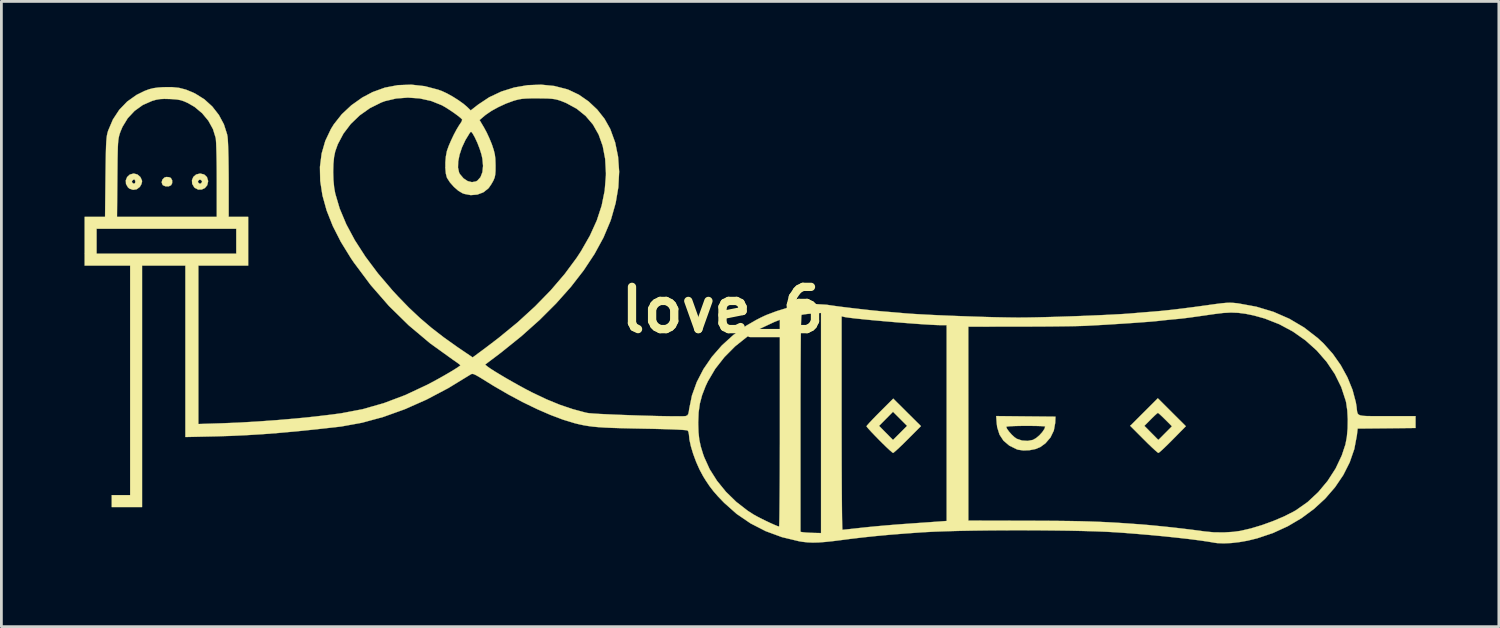
<source format=kicad_pcb>
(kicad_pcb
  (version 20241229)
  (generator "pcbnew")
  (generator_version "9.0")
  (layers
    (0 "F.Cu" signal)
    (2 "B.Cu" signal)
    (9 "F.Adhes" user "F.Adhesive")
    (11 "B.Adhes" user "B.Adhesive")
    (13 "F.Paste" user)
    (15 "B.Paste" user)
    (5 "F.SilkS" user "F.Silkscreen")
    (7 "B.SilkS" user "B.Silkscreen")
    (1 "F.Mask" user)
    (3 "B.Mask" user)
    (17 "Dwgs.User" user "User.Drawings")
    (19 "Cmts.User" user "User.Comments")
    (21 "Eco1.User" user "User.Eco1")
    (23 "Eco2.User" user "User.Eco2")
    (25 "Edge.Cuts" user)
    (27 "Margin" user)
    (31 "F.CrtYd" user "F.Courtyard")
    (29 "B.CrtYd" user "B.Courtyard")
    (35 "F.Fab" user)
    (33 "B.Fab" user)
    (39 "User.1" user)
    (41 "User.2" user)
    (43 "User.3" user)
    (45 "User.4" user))
  (footprint "love_6"
    (layer "F.Cu")
    (at 23.021 8.136)
    (property "Reference" "love_6" (at 0 0 0) (layer "F.SilkS") (effects (font (size 1.524 1.524) (thickness 0.3))))
    (attr through_hole)
    (fp_poly (pts (xy -19.972 -4.793) (xy -19.907 -4.765) (xy -19.859 -4.682) (xy -19.859 -4.577) (xy -19.898 -4.502) (xy -19.985 -4.461) (xy -20.096 -4.462) (xy -20.19 -4.501) (xy -20.205 -4.516) (xy -20.238 -4.607) (xy -20.212 -4.703) (xy -20.141 -4.777) (xy -20.073 -4.8) (xy -19.972 -4.793)) (stroke (width 0.01) (type solid)) (fill yes) (layer "F.SilkS"))
    (fp_poly (pts (xy -18.704 -4.89) (xy -18.604 -4.798) (xy -18.562 -4.659) (xy -18.562 -4.637) (xy -18.594 -4.501) (xy -18.677 -4.401) (xy -18.792 -4.347) (xy -18.92 -4.345) (xy -19.039 -4.405) (xy -19.063 -4.428) (xy -19.136 -4.553) (xy -19.141 -4.631) (xy -18.932 -4.631) (xy -18.909 -4.586) (xy -18.855 -4.553) (xy -18.81 -4.577) (xy -18.777 -4.63) (xy -18.801 -4.675) (xy -18.854 -4.708) (xy -18.899 -4.685) (xy -18.932 -4.631) (xy -19.141 -4.631) (xy -19.144 -4.685) (xy -19.094 -4.803) (xy -18.994 -4.889) (xy -18.854 -4.924) (xy -18.847 -4.924) (xy -18.704 -4.89)) (stroke (width 0.01) (type solid)) (fill yes) (layer "F.SilkS"))
    (fp_poly (pts (xy -21.11 -4.889) (xy -21.006 -4.799) (xy -20.949 -4.675) (xy -20.945 -4.631) (xy -20.969 -4.539) (xy -21.026 -4.441) (xy -21.026 -4.441) (xy -21.136 -4.357) (xy -21.268 -4.336) (xy -21.397 -4.378) (xy -21.452 -4.423) (xy -21.524 -4.548) (xy -21.529 -4.635) (xy -21.315 -4.635) (xy -21.291 -4.585) (xy -21.237 -4.555) (xy -21.195 -4.584) (xy -21.188 -4.651) (xy -21.195 -4.671) (xy -21.226 -4.715) (xy -21.276 -4.69) (xy -21.278 -4.688) (xy -21.315 -4.635) (xy -21.529 -4.635) (xy -21.531 -4.679) (xy -21.483 -4.799) (xy -21.387 -4.887) (xy -21.252 -4.924) (xy -21.241 -4.924) (xy -21.11 -4.889)) (stroke (width 0.01) (type solid)) (fill yes) (layer "F.SilkS"))
    (fp_poly (pts (xy 6.661 3.694) (xy 7.161 4.19) (xy 6.678 4.674) (xy 6.519 4.831) (xy 6.377 4.967) (xy 6.262 5.073) (xy 6.185 5.139) (xy 6.155 5.158) (xy 6.116 5.131) (xy 6.032 5.058) (xy 5.913 4.947) (xy 5.77 4.808) (xy 5.656 4.694) (xy 5.504 4.538) (xy 5.373 4.401) (xy 5.272 4.291) (xy 5.211 4.219) (xy 5.197 4.196) (xy 5.207 4.181) (xy 5.649 4.181) (xy 5.901 4.436) (xy 6.153 4.69) (xy 6.408 4.436) (xy 6.662 4.181) (xy 6.153 3.672) (xy 5.901 3.927) (xy 5.649 4.181) (xy 5.207 4.181) (xy 5.224 4.158) (xy 5.297 4.075) (xy 5.408 3.957) (xy 5.548 3.812) (xy 5.68 3.679) (xy 6.162 3.198) (xy 6.661 3.694)) (stroke (width 0.01) (type solid)) (fill yes) (layer "F.SilkS"))
    (fp_poly (pts (xy 16.72 4.194) (xy 16.245 4.676) (xy 16.087 4.834) (xy 15.947 4.97) (xy 15.834 5.075) (xy 15.758 5.14) (xy 15.729 5.158) (xy 15.69 5.132) (xy 15.605 5.058) (xy 15.485 4.947) (xy 15.339 4.807) (xy 15.201 4.669) (xy 14.714 4.181) (xy 15.223 4.181) (xy 15.475 4.435) (xy 15.585 4.546) (xy 15.671 4.633) (xy 15.721 4.682) (xy 15.728 4.689) (xy 15.755 4.664) (xy 15.824 4.595) (xy 15.923 4.495) (xy 15.975 4.443) (xy 16.219 4.197) (xy 15.978 3.955) (xy 15.867 3.846) (xy 15.777 3.762) (xy 15.722 3.717) (xy 15.712 3.712) (xy 15.675 3.738) (xy 15.598 3.807) (xy 15.495 3.907) (xy 15.455 3.947) (xy 15.223 4.181) (xy 14.714 4.181) (xy 14.713 4.181) (xy 15.709 3.186) (xy 16.72 4.194)) (stroke (width 0.01) (type solid)) (fill yes) (layer "F.SilkS"))
    (fp_poly (pts (xy 10.946 3.839) (xy 12.016 3.849) (xy 12.006 4.076) (xy 11.956 4.35) (xy 11.836 4.599) (xy 11.653 4.811) (xy 11.468 4.946) (xy 11.292 5.018) (xy 11.078 5.06) (xy 10.859 5.069) (xy 10.667 5.042) (xy 10.624 5.029) (xy 10.349 4.893) (xy 10.14 4.716) (xy 9.996 4.496) (xy 9.913 4.23) (xy 9.911 4.214) (xy 10.238 4.214) (xy 10.266 4.285) (xy 10.336 4.384) (xy 10.431 4.492) (xy 10.533 4.587) (xy 10.618 4.647) (xy 10.806 4.71) (xy 11.014 4.724) (xy 11.203 4.687) (xy 11.317 4.622) (xy 11.437 4.521) (xy 11.543 4.403) (xy 11.619 4.289) (xy 11.645 4.203) (xy 11.608 4.196) (xy 11.505 4.19) (xy 11.349 4.185) (xy 11.151 4.182) (xy 10.942 4.181) (xy 10.717 4.183) (xy 10.522 4.188) (xy 10.369 4.195) (xy 10.27 4.205) (xy 10.238 4.214) (xy 9.911 4.214) (xy 9.896 4.093) (xy 9.876 3.828) (xy 10.946 3.839)) (stroke (width 0.01) (type solid)) (fill yes) (layer "F.SilkS"))
    (fp_poly (pts (xy -6.073 -8.084) (xy -5.618 -7.968) (xy -5.549 -7.943) (xy -5.181 -7.768) (xy -4.834 -7.527) (xy -4.521 -7.233) (xy -4.256 -6.898) (xy -4.052 -6.535) (xy -4.047 -6.524) (xy -3.873 -6.044) (xy -3.768 -5.531) (xy -3.729 -4.992) (xy -3.758 -4.433) (xy -3.855 -3.861) (xy -4.019 -3.282) (xy -4.05 -3.195) (xy -4.295 -2.614) (xy -4.615 -2.026) (xy -5.008 -1.432) (xy -5.471 -0.834) (xy -6.003 -0.237) (xy -6.6 0.359) (xy -7.261 0.949) (xy -7.984 1.531) (xy -8.181 1.681) (xy -8.566 1.97) (xy -8.479 2.041) (xy -8.382 2.11) (xy -8.23 2.208) (xy -8.035 2.326) (xy -7.812 2.459) (xy -7.572 2.596) (xy -7.331 2.731) (xy -7.101 2.856) (xy -6.895 2.964) (xy -6.854 2.984) (xy -6.344 3.226) (xy -5.871 3.42) (xy -5.413 3.575) (xy -4.953 3.699) (xy -4.885 3.714) (xy -4.802 3.725) (xy -4.653 3.737) (xy -4.449 3.75) (xy -4.198 3.762) (xy -3.912 3.775) (xy -3.6 3.787) (xy -3.273 3.799) (xy -2.942 3.81) (xy -2.615 3.819) (xy -2.304 3.827) (xy -2.018 3.832) (xy -1.768 3.836) (xy -1.564 3.836) (xy -1.416 3.834) (xy -1.335 3.829) (xy -1.329 3.827) (xy -1.272 3.805) (xy -1.237 3.757) (xy -1.214 3.663) (xy -1.203 3.578) (xy -1.102 3.085) (xy -0.928 2.601) (xy -0.687 2.134) (xy -0.383 1.691) (xy -0.022 1.278) (xy 0.392 0.902) (xy 0.853 0.57) (xy 1.213 0.362) (xy 1.364 0.284) (xy 1.504 0.217) (xy 1.606 0.172) (xy 1.622 0.166) (xy 1.727 0.127) (xy 1.865 0.075) (xy 1.945 0.045) (xy 2.399 -0.096) (xy 2.866 -0.184) (xy 3.326 -0.215) (xy 3.76 -0.189) (xy 3.812 -0.181) (xy 4.016 -0.151) (xy 4.278 -0.116) (xy 4.578 -0.079) (xy 4.895 -0.042) (xy 5.21 -0.006) (xy 5.503 0.025) (xy 5.753 0.049) (xy 5.862 0.058) (xy 6.031 0.072) (xy 6.244 0.09) (xy 6.468 0.109) (xy 6.584 0.12) (xy 6.799 0.136) (xy 7.079 0.153) (xy 7.412 0.171) (xy 7.786 0.189) (xy 8.189 0.206) (xy 8.607 0.222) (xy 9.03 0.237) (xy 9.444 0.25) (xy 9.837 0.261) (xy 10.196 0.268) (xy 10.51 0.273) (xy 10.688 0.274) (xy 10.963 0.272) (xy 11.293 0.266) (xy 11.665 0.257) (xy 12.066 0.246) (xy 12.485 0.232) (xy 12.908 0.217) (xy 13.323 0.2) (xy 13.718 0.183) (xy 14.081 0.165) (xy 14.398 0.148) (xy 14.658 0.131) (xy 14.791 0.12) (xy 15.009 0.101) (xy 15.239 0.082) (xy 15.445 0.066) (xy 15.533 0.059) (xy 15.831 0.033) (xy 16.192 -0.005) (xy 16.604 -0.054) (xy 17.053 -0.112) (xy 17.527 -0.177) (xy 17.56 -0.182) (xy 17.82 -0.218) (xy 18.019 -0.243) (xy 18.175 -0.257) (xy 18.305 -0.262) (xy 18.426 -0.257) (xy 18.555 -0.245) (xy 18.616 -0.237) (xy 19.267 -0.118) (xy 19.882 0.067) (xy 20.457 0.318) (xy 20.989 0.633) (xy 21.477 1.011) (xy 21.691 1.21) (xy 22.022 1.582) (xy 22.311 1.993) (xy 22.551 2.431) (xy 22.734 2.88) (xy 22.853 3.326) (xy 22.881 3.497) (xy 22.891 3.597) (xy 22.901 3.674) (xy 22.919 3.732) (xy 22.953 3.774) (xy 23.013 3.802) (xy 23.108 3.819) (xy 23.246 3.827) (xy 23.437 3.83) (xy 23.688 3.83) (xy 23.976 3.83) (xy 25.009 3.83) (xy 25.009 4.258) (xy 23.964 4.269) (xy 22.919 4.279) (xy 22.892 4.521) (xy 22.799 5.016) (xy 22.633 5.497) (xy 22.4 5.958) (xy 22.104 6.395) (xy 21.751 6.803) (xy 21.345 7.177) (xy 20.892 7.512) (xy 20.397 7.804) (xy 19.864 8.048) (xy 19.299 8.238) (xy 18.953 8.323) (xy 18.658 8.375) (xy 18.363 8.409) (xy 18.088 8.421) (xy 17.855 8.412) (xy 17.76 8.399) (xy 17.508 8.356) (xy 17.188 8.31) (xy 16.813 8.262) (xy 16.392 8.215) (xy 15.936 8.167) (xy 15.457 8.122) (xy 14.966 8.08) (xy 14.473 8.041) (xy 14.204 8.023) (xy 13.861 8.003) (xy 13.451 7.987) (xy 12.985 7.974) (xy 12.473 7.963) (xy 11.927 7.956) (xy 11.358 7.951) (xy 10.776 7.949) (xy 10.194 7.95) (xy 9.62 7.954) (xy 9.068 7.961) (xy 8.547 7.971) (xy 8.069 7.984) (xy 7.644 7.999) (xy 7.283 8.018) (xy 7.21 8.022) (xy 6.593 8.066) (xy 6.04 8.11) (xy 5.534 8.157) (xy 5.06 8.207) (xy 4.604 8.261) (xy 4.377 8.291) (xy 4.016 8.337) (xy 3.719 8.369) (xy 3.472 8.388) (xy 3.259 8.393) (xy 3.069 8.385) (xy 2.887 8.365) (xy 2.764 8.345) (xy 2.145 8.196) (xy 1.56 7.981) (xy 1.014 7.701) (xy 0.512 7.359) (xy 0.058 6.956) (xy 0.051 6.948) (xy -0.159 6.73) (xy -0.327 6.538) (xy -0.471 6.35) (xy -0.609 6.144) (xy -0.697 6.001) (xy -0.829 5.755) (xy -0.951 5.48) (xy -1.057 5.194) (xy -1.14 4.918) (xy -1.194 4.67) (xy -1.211 4.489) (xy -1.229 4.397) (xy -1.26 4.347) (xy -1.311 4.337) (xy -1.433 4.327) (xy -1.621 4.316) (xy -1.867 4.306) (xy -2.166 4.297) (xy -2.51 4.288) (xy -2.833 4.282) (xy -3.282 4.273) (xy -3.661 4.264) (xy -3.981 4.254) (xy -4.251 4.242) (xy -4.479 4.227) (xy -4.675 4.209) (xy -4.849 4.186) (xy -5.009 4.159) (xy -5.165 4.126) (xy -5.325 4.087) (xy -5.351 4.08) (xy -5.419 4.059) (xy -0.876 4.059) (xy -0.876 4.103) (xy -0.866 4.412) (xy -0.838 4.676) (xy -0.784 4.928) (xy -0.7 5.2) (xy -0.659 5.314) (xy -0.463 5.745) (xy -0.198 6.164) (xy 0.125 6.561) (xy 0.498 6.925) (xy 0.911 7.245) (xy 1.133 7.387) (xy 1.245 7.449) (xy 1.391 7.524) (xy 1.554 7.605) (xy 1.717 7.682) (xy 1.864 7.748) (xy 1.977 7.795) (xy 2.039 7.815) (xy 2.042 7.815) (xy 2.046 7.777) (xy 2.05 7.666) (xy 2.054 7.487) (xy 2.057 7.247) (xy 2.06 6.95) (xy 2.063 6.601) (xy 2.066 6.207) (xy 2.068 5.771) (xy 2.069 5.301) (xy 2.071 4.8) (xy 2.071 4.275) (xy 2.071 4.103) (xy 2.814 4.103) (xy 2.814 8.006) (xy 2.921 8.022) (xy 3.016 8.031) (xy 3.157 8.039) (xy 3.292 8.044) (xy 3.556 8.05) (xy 3.556 4.079) (xy 4.298 4.079) (xy 4.299 4.621) (xy 4.3 5.14) (xy 4.301 5.631) (xy 4.303 6.088) (xy 4.305 6.508) (xy 4.308 6.883) (xy 4.311 7.21) (xy 4.314 7.482) (xy 4.318 7.695) (xy 4.322 7.843) (xy 4.326 7.921) (xy 4.328 7.933) (xy 4.375 7.928) (xy 4.486 7.917) (xy 4.648 7.899) (xy 4.848 7.877) (xy 5.021 7.858) (xy 5.269 7.832) (xy 5.57 7.803) (xy 5.901 7.774) (xy 6.237 7.746) (xy 6.555 7.722) (xy 6.604 7.719) (xy 6.883 7.699) (xy 7.154 7.68) (xy 7.401 7.663) (xy 7.608 7.648) (xy 7.76 7.637) (xy 7.806 7.634) (xy 8.089 7.613) (xy 8.089 0.601) (xy 8.87 0.601) (xy 8.871 4.101) (xy 8.871 7.6) (xy 11.03 7.605) (xy 11.582 7.607) (xy 12.069 7.61) (xy 12.501 7.615) (xy 12.891 7.622) (xy 13.251 7.632) (xy 13.592 7.644) (xy 13.927 7.66) (xy 14.268 7.679) (xy 14.626 7.703) (xy 15.014 7.731) (xy 15.103 7.737) (xy 15.418 7.764) (xy 15.78 7.799) (xy 16.168 7.839) (xy 16.557 7.883) (xy 16.926 7.928) (xy 17.251 7.97) (xy 17.389 7.99) (xy 17.723 8.022) (xy 18.087 8.027) (xy 18.442 8.005) (xy 18.687 7.971) (xy 19.063 7.884) (xy 19.468 7.762) (xy 19.876 7.614) (xy 20.263 7.45) (xy 20.604 7.277) (xy 20.698 7.223) (xy 21.117 6.928) (xy 21.499 6.571) (xy 21.838 6.165) (xy 22.124 5.721) (xy 22.347 5.25) (xy 22.48 4.848) (xy 22.53 4.583) (xy 22.558 4.272) (xy 22.563 3.943) (xy 22.546 3.625) (xy 22.506 3.346) (xy 22.492 3.282) (xy 22.329 2.784) (xy 22.096 2.311) (xy 21.799 1.869) (xy 21.444 1.462) (xy 21.038 1.097) (xy 20.586 0.779) (xy 20.093 0.514) (xy 19.567 0.307) (xy 19.172 0.197) (xy 18.874 0.136) (xy 18.608 0.102) (xy 18.348 0.092) (xy 18.067 0.107) (xy 17.741 0.147) (xy 17.699 0.153) (xy 17.367 0.201) (xy 17.099 0.239) (xy 16.884 0.269) (xy 16.709 0.292) (xy 16.562 0.309) (xy 16.43 0.323) (xy 16.315 0.333) (xy 16.126 0.351) (xy 15.911 0.373) (xy 15.748 0.392) (xy 15.61 0.406) (xy 15.406 0.424) (xy 15.148 0.443) (xy 14.85 0.465) (xy 14.523 0.487) (xy 14.18 0.509) (xy 13.833 0.531) (xy 13.494 0.55) (xy 13.176 0.567) (xy 13.11 0.571) (xy 12.956 0.576) (xy 12.735 0.582) (xy 12.457 0.587) (xy 12.134 0.591) (xy 11.776 0.595) (xy 11.395 0.597) (xy 11.002 0.599) (xy 10.717 0.6) (xy 8.87 0.601) (xy 8.089 0.601) (xy 8.089 0.547) (xy 7.884 0.547) (xy 7.737 0.543) (xy 7.532 0.533) (xy 7.278 0.518) (xy 6.987 0.498) (xy 6.669 0.474) (xy 6.335 0.448) (xy 5.996 0.419) (xy 5.662 0.39) (xy 5.345 0.361) (xy 5.055 0.332) (xy 4.803 0.306) (xy 4.6 0.282) (xy 4.456 0.262) (xy 4.396 0.251) (xy 4.298 0.226) (xy 4.298 4.079) (xy 3.556 4.079) (xy 3.556 0.106) (xy 3.223 0.129) (xy 3.067 0.142) (xy 2.94 0.158) (xy 2.863 0.172) (xy 2.852 0.176) (xy 2.845 0.22) (xy 2.839 0.339) (xy 2.833 0.534) (xy 2.828 0.803) (xy 2.824 1.144) (xy 2.821 1.555) (xy 2.818 2.035) (xy 2.816 2.583) (xy 2.814 3.197) (xy 2.814 3.875) (xy 2.814 4.103) (xy 2.071 4.103) (xy 2.071 4.084) (xy 2.071 0.353) (xy 1.875 0.43) (xy 1.369 0.667) (xy 0.894 0.962) (xy 0.458 1.309) (xy 0.07 1.7) (xy -0.263 2.125) (xy -0.53 2.578) (xy -0.613 2.755) (xy -0.736 3.074) (xy -0.817 3.379) (xy -0.862 3.698) (xy -0.876 4.059) (xy -5.419 4.059) (xy -5.757 3.956) (xy -6.21 3.785) (xy -6.698 3.573) (xy -7.21 3.324) (xy -7.733 3.044) (xy -8.258 2.739) (xy -8.441 2.626) (xy -8.647 2.498) (xy -8.798 2.406) (xy -8.904 2.347) (xy -8.977 2.314) (xy -9.028 2.305) (xy -9.066 2.313) (xy -9.104 2.335) (xy -9.105 2.336) (xy -9.892 2.817) (xy -10.68 3.233) (xy -11.465 3.581) (xy -12.243 3.86) (xy -13.008 4.068) (xy -13.757 4.204) (xy -13.892 4.22) (xy -14.656 4.305) (xy -15.354 4.377) (xy -16 4.435) (xy -16.605 4.482) (xy -17.181 4.517) (xy -17.739 4.543) (xy -18.259 4.559) (xy -19.382 4.584) (xy -19.382 -1.602) (xy -20.945 -1.602) (xy -20.945 7.112) (xy -22.039 7.112) (xy -22.039 6.682) (xy -21.375 6.682) (xy -21.375 -1.602) (xy -23.016 -1.602) (xy -23.016 -2.931) (xy -22.586 -2.931) (xy -22.586 -2.032) (xy -17.546 -2.032) (xy -17.546 -2.931) (xy -22.586 -2.931) (xy -23.016 -2.931) (xy -23.016 -3.361) (xy -22.28 -3.361) (xy -21.849 -3.361) (xy -18.249 -3.361) (xy -18.249 -4.684) (xy -18.25 -5.008) (xy -18.253 -5.315) (xy -18.258 -5.595) (xy -18.265 -5.836) (xy -18.272 -6.028) (xy -18.281 -6.16) (xy -18.287 -6.208) (xy -18.386 -6.528) (xy -18.552 -6.829) (xy -18.776 -7.1) (xy -19.047 -7.327) (xy -19.284 -7.465) (xy -19.428 -7.53) (xy -19.551 -7.571) (xy -19.683 -7.595) (xy -19.852 -7.609) (xy -19.94 -7.613) (xy -20.145 -7.618) (xy -20.301 -7.61) (xy -20.44 -7.586) (xy -20.585 -7.544) (xy -20.919 -7.397) (xy -21.214 -7.185) (xy -21.462 -6.92) (xy -21.652 -6.608) (xy -21.728 -6.427) (xy -21.753 -6.353) (xy -21.773 -6.284) (xy -21.789 -6.209) (xy -21.802 -6.122) (xy -21.812 -6.011) (xy -21.819 -5.868) (xy -21.824 -5.685) (xy -21.829 -5.451) (xy -21.832 -5.158) (xy -21.836 -4.797) (xy -21.836 -4.758) (xy -21.849 -3.361) (xy -22.28 -3.361) (xy -22.264 -4.797) (xy -22.259 -5.175) (xy -22.254 -5.483) (xy -22.249 -5.731) (xy -22.243 -5.928) (xy -22.235 -6.081) (xy -22.225 -6.2) (xy -22.213 -6.294) (xy -22.197 -6.371) (xy -22.178 -6.44) (xy -22.167 -6.474) (xy -21.997 -6.874) (xy -21.767 -7.224) (xy -21.481 -7.521) (xy -21.142 -7.762) (xy -20.854 -7.904) (xy -20.691 -7.965) (xy -20.537 -8.004) (xy -20.361 -8.028) (xy -20.183 -8.04) (xy -19.874 -8.043) (xy -19.611 -8.016) (xy -19.365 -7.953) (xy -19.108 -7.848) (xy -19.022 -7.806) (xy -18.697 -7.603) (xy -18.411 -7.343) (xy -18.173 -7.038) (xy -17.992 -6.701) (xy -17.878 -6.345) (xy -17.86 -6.252) (xy -17.851 -6.152) (xy -17.842 -5.984) (xy -17.834 -5.762) (xy -17.827 -5.496) (xy -17.823 -5.197) (xy -17.82 -4.878) (xy -17.819 -4.679) (xy -17.819 -3.361) (xy -17.116 -3.361) (xy -17.116 -1.602) (xy -18.913 -1.602) (xy -18.913 1.257) (xy -18.913 4.115) (xy -18.083 4.089) (xy -17.438 4.063) (xy -16.759 4.023) (xy -16.066 3.973) (xy -15.379 3.914) (xy -14.719 3.847) (xy -14.104 3.774) (xy -13.755 3.727) (xy -12.99 3.581) (xy -12.221 3.362) (xy -11.446 3.07) (xy -10.66 2.701) (xy -10.629 2.685) (xy -10.435 2.583) (xy -10.231 2.471) (xy -10.029 2.357) (xy -9.842 2.248) (xy -9.68 2.15) (xy -9.554 2.07) (xy -9.477 2.015) (xy -9.458 1.994) (xy -9.489 1.964) (xy -9.569 1.904) (xy -9.684 1.823) (xy -9.722 1.798) (xy -10.553 1.2) (xy -11.324 0.552) (xy -12.038 -0.148) (xy -12.696 -0.902) (xy -13.301 -1.712) (xy -13.409 -1.871) (xy -13.77 -2.456) (xy -14.062 -3.03) (xy -14.284 -3.59) (xy -14.435 -4.134) (xy -14.516 -4.659) (xy -14.523 -4.984) (xy -14.048 -4.984) (xy -14.039 -4.693) (xy -14.013 -4.418) (xy -13.974 -4.202) (xy -13.813 -3.658) (xy -13.577 -3.096) (xy -13.268 -2.519) (xy -12.887 -1.928) (xy -12.436 -1.325) (xy -11.915 -0.713) (xy -11.712 -0.493) (xy -11.314 -0.083) (xy -10.917 0.29) (xy -10.503 0.643) (xy -10.056 0.989) (xy -9.557 1.344) (xy -9.421 1.436) (xy -9.015 1.711) (xy -8.718 1.492) (xy -8.554 1.37) (xy -8.36 1.223) (xy -8.165 1.074) (xy -8.069 1) (xy -7.387 0.441) (xy -6.761 -0.132) (xy -6.195 -0.713) (xy -5.695 -1.297) (xy -5.265 -1.878) (xy -5.102 -2.127) (xy -4.783 -2.685) (xy -4.536 -3.229) (xy -4.36 -3.766) (xy -4.251 -4.304) (xy -4.207 -4.852) (xy -4.206 -4.943) (xy -4.234 -5.455) (xy -4.322 -5.917) (xy -4.469 -6.33) (xy -4.675 -6.693) (xy -4.94 -7.004) (xy -5.262 -7.263) (xy -5.642 -7.47) (xy -5.825 -7.544) (xy -5.935 -7.58) (xy -6.041 -7.606) (xy -6.16 -7.622) (xy -6.312 -7.632) (xy -6.513 -7.636) (xy -6.663 -7.637) (xy -6.904 -7.637) (xy -7.087 -7.631) (xy -7.231 -7.62) (xy -7.353 -7.599) (xy -7.475 -7.568) (xy -7.542 -7.548) (xy -7.812 -7.449) (xy -8.085 -7.323) (xy -8.338 -7.184) (xy -8.545 -7.042) (xy -8.593 -7.003) (xy -8.766 -6.854) (xy -8.603 -6.579) (xy -8.51 -6.407) (xy -8.414 -6.2) (xy -8.33 -5.996) (xy -8.315 -5.956) (xy -8.254 -5.77) (xy -8.216 -5.616) (xy -8.197 -5.46) (xy -8.19 -5.267) (xy -8.189 -5.217) (xy -8.19 -5.025) (xy -8.2 -4.89) (xy -8.22 -4.787) (xy -8.256 -4.695) (xy -8.278 -4.65) (xy -8.35 -4.526) (xy -8.426 -4.416) (xy -8.454 -4.383) (xy -8.631 -4.245) (xy -8.846 -4.165) (xy -9.082 -4.145) (xy -9.319 -4.19) (xy -9.385 -4.215) (xy -9.535 -4.305) (xy -9.692 -4.443) (xy -9.833 -4.602) (xy -9.934 -4.758) (xy -9.948 -4.788) (xy -9.983 -4.926) (xy -10 -5.115) (xy -10 -5.139) (xy -9.544 -5.139) (xy -9.506 -4.963) (xy -9.475 -4.904) (xy -9.345 -4.75) (xy -9.195 -4.651) (xy -9.04 -4.613) (xy -8.895 -4.64) (xy -8.845 -4.668) (xy -8.732 -4.794) (xy -8.663 -4.974) (xy -8.64 -5.2) (xy -8.664 -5.461) (xy -8.696 -5.609) (xy -8.76 -5.812) (xy -8.844 -6.03) (xy -8.937 -6.23) (xy -9.013 -6.364) (xy -9.059 -6.425) (xy -9.09 -6.425) (xy -9.123 -6.383) (xy -9.278 -6.13) (xy -9.401 -5.866) (xy -9.488 -5.604) (xy -9.537 -5.357) (xy -9.544 -5.139) (xy -10 -5.139) (xy -10 -5.328) (xy -9.982 -5.539) (xy -9.947 -5.724) (xy -9.941 -5.747) (xy -9.882 -5.913) (xy -9.796 -6.113) (xy -9.697 -6.322) (xy -9.594 -6.516) (xy -9.501 -6.669) (xy -9.471 -6.712) (xy -9.415 -6.799) (xy -9.394 -6.864) (xy -9.396 -6.875) (xy -9.45 -6.93) (xy -9.553 -7.013) (xy -9.688 -7.112) (xy -9.839 -7.214) (xy -9.987 -7.309) (xy -10.115 -7.382) (xy -10.135 -7.392) (xy -10.515 -7.544) (xy -10.927 -7.635) (xy -11.353 -7.664) (xy -11.776 -7.632) (xy -12.177 -7.538) (xy -12.313 -7.488) (xy -12.721 -7.285) (xy -13.09 -7.024) (xy -13.412 -6.715) (xy -13.678 -6.365) (xy -13.881 -5.983) (xy -13.974 -5.725) (xy -14.016 -5.523) (xy -14.04 -5.269) (xy -14.048 -4.984) (xy -14.523 -4.984) (xy -14.526 -5.163) (xy -14.465 -5.645) (xy -14.333 -6.102) (xy -14.129 -6.532) (xy -14.024 -6.701) (xy -13.739 -7.062) (xy -13.392 -7.387) (xy -12.997 -7.667) (xy -12.627 -7.863) (xy -12.182 -8.024) (xy -11.714 -8.113) (xy -11.232 -8.131) (xy -10.746 -8.077) (xy -10.266 -7.951) (xy -10.129 -7.902) (xy -9.949 -7.819) (xy -9.741 -7.704) (xy -9.532 -7.572) (xy -9.347 -7.44) (xy -9.222 -7.334) (xy -9.085 -7.202) (xy -8.816 -7.412) (xy -8.417 -7.677) (xy -7.979 -7.883) (xy -7.513 -8.029) (xy -7.033 -8.112) (xy -6.549 -8.131) (xy -6.073 -8.084)) (stroke (width 0.01) (type solid)) (fill yes) (layer "F.SilkS")))
  (gr_rect
    (start -3 -3)
    (end 51.036 19.562)
    (stroke (width 0.1) (type default))
    (fill no)
    (layer "Edge.Cuts")))
</source>
